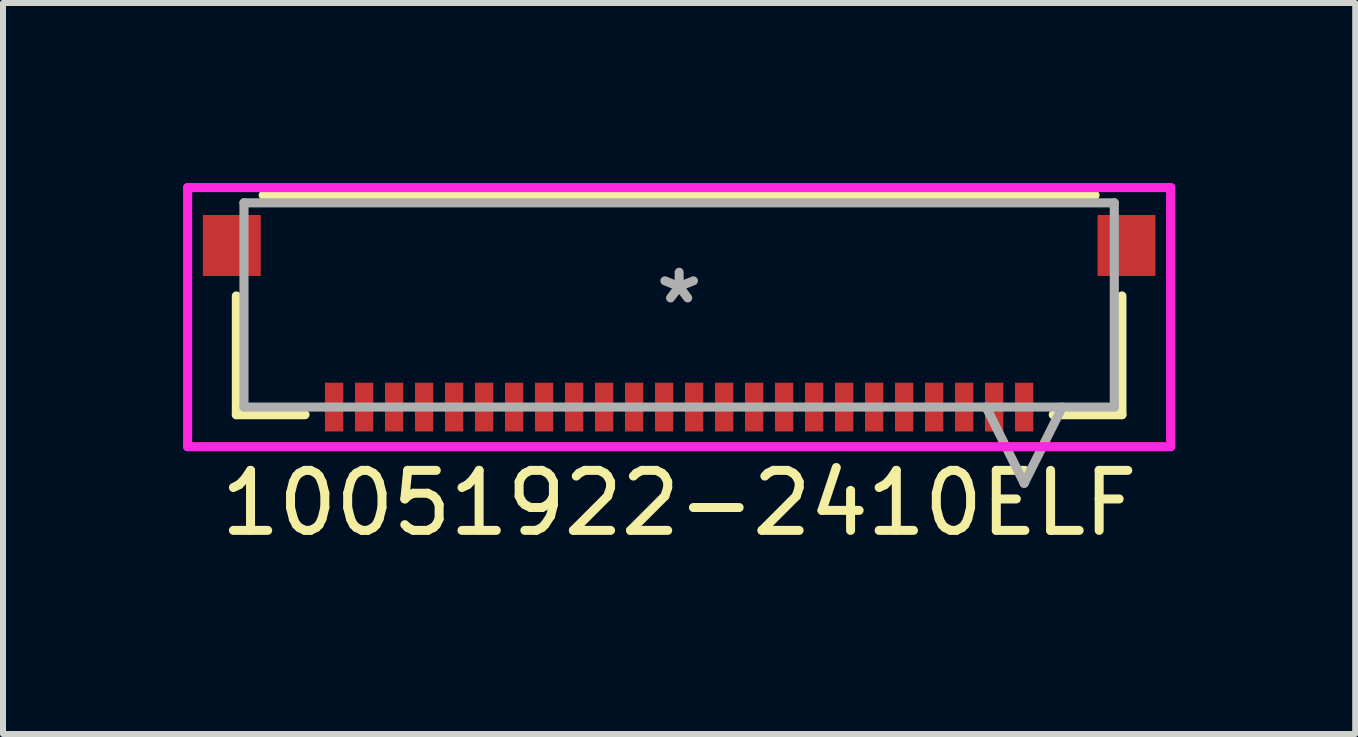
<source format=kicad_pcb>
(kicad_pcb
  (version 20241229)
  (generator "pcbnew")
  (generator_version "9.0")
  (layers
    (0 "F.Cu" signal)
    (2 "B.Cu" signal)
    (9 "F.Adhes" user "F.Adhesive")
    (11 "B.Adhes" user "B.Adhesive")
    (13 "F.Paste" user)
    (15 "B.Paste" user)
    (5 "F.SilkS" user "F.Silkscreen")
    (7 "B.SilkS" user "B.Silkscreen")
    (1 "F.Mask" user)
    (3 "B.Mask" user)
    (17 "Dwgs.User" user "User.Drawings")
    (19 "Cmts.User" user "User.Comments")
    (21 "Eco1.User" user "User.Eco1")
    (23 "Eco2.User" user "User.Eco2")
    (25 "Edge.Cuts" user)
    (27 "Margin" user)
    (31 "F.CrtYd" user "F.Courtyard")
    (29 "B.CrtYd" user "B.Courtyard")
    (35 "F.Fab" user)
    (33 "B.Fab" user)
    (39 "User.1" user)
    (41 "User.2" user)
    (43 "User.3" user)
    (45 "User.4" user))
  (footprint "10051922-2410ELF"
    (layer "F.Cu")
    (at 8.268 2.032)
    (property "Reference" "10051922-2410ELF" (at 0 3.302 0) (layer "F.SilkS") (effects (font (size 1 1) (thickness 0.15))))
    (attr through_hole)
    (fp_line (start -7.379 -0.15) (end -7.379 1.829) (stroke (width 0.152) (type solid)) (layer "F.SilkS"))
    (fp_line (start -7.379 1.829) (end -6.235 1.829) (stroke (width 0.152) (type solid)) (layer "F.SilkS"))
    (fp_line (start 6.235 1.829) (end 7.379 1.829) (stroke (width 0.152) (type solid)) (layer "F.SilkS"))
    (fp_line (start 6.931 -1.829) (end -6.931 -1.829) (stroke (width 0.152) (type solid)) (layer "F.SilkS"))
    (fp_line (start 7.379 1.829) (end 7.379 -0.15) (stroke (width 0.152) (type solid)) (layer "F.SilkS"))
    (fp_line (start -8.191 -1.956) (end -8.191 2.362) (stroke (width 0.152) (type solid)) (layer "F.CrtYd"))
    (fp_line (start -8.191 2.362) (end 8.191 2.362) (stroke (width 0.152) (type solid)) (layer "F.CrtYd"))
    (fp_line (start 8.191 -1.956) (end -8.191 -1.956) (stroke (width 0.152) (type solid)) (layer "F.CrtYd"))
    (fp_line (start 8.191 2.362) (end 8.191 -1.956) (stroke (width 0.152) (type solid)) (layer "F.CrtYd"))
    (fp_line (start -7.252 -1.702) (end -7.252 1.702) (stroke (width 0.152) (type solid)) (layer "F.Fab"))
    (fp_line (start -7.252 1.702) (end 7.252 1.702) (stroke (width 0.152) (type solid)) (layer "F.Fab"))
    (fp_line (start 5.115 1.702) (end 5.75 2.972) (stroke (width 0.152) (type solid)) (layer "F.Fab"))
    (fp_line (start 6.385 1.702) (end 5.75 2.972) (stroke (width 0.152) (type solid)) (layer "F.Fab"))
    (fp_line (start 7.252 -1.702) (end -7.252 -1.702) (stroke (width 0.152) (type solid)) (layer "F.Fab"))
    (fp_line (start 7.252 1.702) (end 7.252 -1.702) (stroke (width 0.152) (type solid)) (layer "F.Fab"))
    (fp_text user "*" (at 0 0 0) (layer "F.Fab") (effects (font (size 1 1) (thickness 0.15))))
    (pad "1" smd rect (at 5.75 1.702) (size 0.305 0.813) (layers "F.Cu" "F.Mask" "F.Paste"))
    (pad "2" smd rect (at 5.25 1.702) (size 0.305 0.813) (layers "F.Cu" "F.Mask" "F.Paste"))
    (pad "3" smd rect (at 4.75 1.702) (size 0.305 0.813) (layers "F.Cu" "F.Mask" "F.Paste"))
    (pad "4" smd rect (at 4.25 1.702) (size 0.305 0.813) (layers "F.Cu" "F.Mask" "F.Paste"))
    (pad "5" smd rect (at 3.75 1.702) (size 0.305 0.813) (layers "F.Cu" "F.Mask" "F.Paste"))
    (pad "6" smd rect (at 3.25 1.702) (size 0.305 0.813) (layers "F.Cu" "F.Mask" "F.Paste"))
    (pad "7" smd rect (at 2.75 1.702) (size 0.305 0.813) (layers "F.Cu" "F.Mask" "F.Paste"))
    (pad "8" smd rect (at 2.25 1.702) (size 0.305 0.813) (layers "F.Cu" "F.Mask" "F.Paste"))
    (pad "9" smd rect (at 1.75 1.702) (size 0.305 0.813) (layers "F.Cu" "F.Mask" "F.Paste"))
    (pad "10" smd rect (at 1.25 1.702) (size 0.305 0.813) (layers "F.Cu" "F.Mask" "F.Paste"))
    (pad "11" smd rect (at 0.75 1.702) (size 0.305 0.813) (layers "F.Cu" "F.Mask" "F.Paste"))
    (pad "12" smd rect (at 0.25 1.702) (size 0.305 0.813) (layers "F.Cu" "F.Mask" "F.Paste"))
    (pad "13" smd rect (at -0.25 1.702) (size 0.305 0.813) (layers "F.Cu" "F.Mask" "F.Paste"))
    (pad "14" smd rect (at -0.75 1.702) (size 0.305 0.813) (layers "F.Cu" "F.Mask" "F.Paste"))
    (pad "15" smd rect (at -1.25 1.702) (size 0.305 0.813) (layers "F.Cu" "F.Mask" "F.Paste"))
    (pad "16" smd rect (at -1.75 1.702) (size 0.305 0.813) (layers "F.Cu" "F.Mask" "F.Paste"))
    (pad "17" smd rect (at -2.25 1.702) (size 0.305 0.813) (layers "F.Cu" "F.Mask" "F.Paste"))
    (pad "18" smd rect (at -2.75 1.702) (size 0.305 0.813) (layers "F.Cu" "F.Mask" "F.Paste"))
    (pad "19" smd rect (at -3.25 1.702) (size 0.305 0.813) (layers "F.Cu" "F.Mask" "F.Paste"))
    (pad "20" smd rect (at -3.75 1.702) (size 0.305 0.813) (layers "F.Cu" "F.Mask" "F.Paste"))
    (pad "21" smd rect (at -4.25 1.702) (size 0.305 0.813) (layers "F.Cu" "F.Mask" "F.Paste"))
    (pad "22" smd rect (at -4.75 1.702) (size 0.305 0.813) (layers "F.Cu" "F.Mask" "F.Paste"))
    (pad "23" smd rect (at -5.25 1.702) (size 0.305 0.813) (layers "F.Cu" "F.Mask" "F.Paste"))
    (pad "24" smd rect (at -5.75 1.702) (size 0.305 0.813) (layers "F.Cu" "F.Mask" "F.Paste"))
    (pad "25" smd rect (at -7.455 -0.991) (size 0.965 1.016) (layers "F.Cu" "F.Mask" "F.Paste"))
    (pad "26" smd rect (at 7.455 -0.991) (size 0.965 1.016) (layers "F.Cu" "F.Mask" "F.Paste")))
  (gr_rect
    (start -3 -3)
    (end 19.535 9.182)
    (stroke (width 0.1) (type default))
    (fill no)
    (layer "Edge.Cuts")))
</source>
